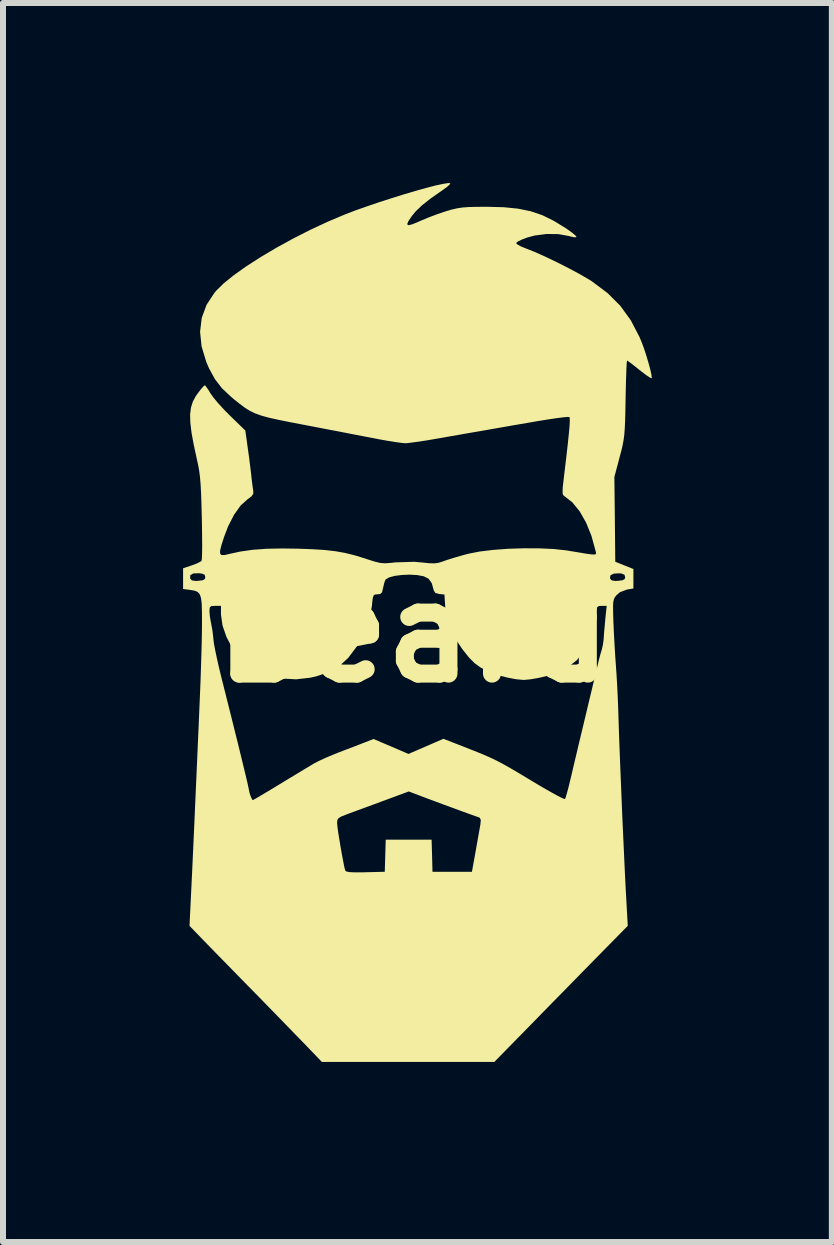
<source format=kicad_pcb>
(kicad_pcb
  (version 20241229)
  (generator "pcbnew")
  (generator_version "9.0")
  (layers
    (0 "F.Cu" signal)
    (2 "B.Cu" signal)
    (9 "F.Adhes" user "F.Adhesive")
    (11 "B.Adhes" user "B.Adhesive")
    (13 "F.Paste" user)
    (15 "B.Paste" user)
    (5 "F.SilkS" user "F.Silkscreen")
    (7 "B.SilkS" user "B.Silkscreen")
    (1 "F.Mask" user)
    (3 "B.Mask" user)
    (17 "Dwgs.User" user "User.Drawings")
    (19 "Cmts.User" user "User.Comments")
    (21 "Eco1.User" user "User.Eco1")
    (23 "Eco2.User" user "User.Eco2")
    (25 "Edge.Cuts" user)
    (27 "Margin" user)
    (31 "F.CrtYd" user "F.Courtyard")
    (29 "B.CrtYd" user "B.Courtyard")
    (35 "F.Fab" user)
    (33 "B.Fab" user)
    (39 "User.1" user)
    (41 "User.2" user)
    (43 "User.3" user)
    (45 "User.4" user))
  (footprint "Beard"
    (layer "F.Cu")
    (at 3.84 7.482)
    (property "Reference" "Beard" (at 0 0 0) (layer "F.SilkS") (effects (font (size 1.524 1.524) (thickness 0.3))))
    (attr board_only exclude_from_pos_files exclude_from_bom)
    (fp_poly (pts (xy 0.611 -7.481) (xy 0.605 -7.463) (xy 0.562 -7.422) (xy 0.489 -7.368) (xy 0.465 -7.352) (xy 0.281 -7.223) (xy 0.14 -7.111) (xy 0.034 -7.01) (xy -0.03 -6.931) (xy -0.087 -6.847) (xy -0.107 -6.797) (xy -0.087 -6.78) (xy -0.026 -6.794) (xy 0.079 -6.837) (xy 0.101 -6.847) (xy 0.234 -6.903) (xy 0.389 -6.962) (xy 0.534 -7.011) (xy 0.547 -7.015) (xy 0.643 -7.043) (xy 0.727 -7.062) (xy 0.814 -7.075) (xy 0.916 -7.083) (xy 1.047 -7.086) (xy 1.219 -7.087) (xy 1.221 -7.087) (xy 1.501 -7.08) (xy 1.74 -7.056) (xy 1.95 -7.013) (xy 2.145 -6.947) (xy 2.336 -6.853) (xy 2.536 -6.73) (xy 2.558 -6.715) (xy 2.636 -6.659) (xy 2.693 -6.612) (xy 2.716 -6.585) (xy 2.716 -6.585) (xy 2.692 -6.578) (xy 2.633 -6.588) (xy 2.588 -6.6) (xy 2.412 -6.632) (xy 2.214 -6.634) (xy 2.016 -6.608) (xy 1.894 -6.575) (xy 1.804 -6.541) (xy 1.737 -6.508) (xy 1.708 -6.484) (xy 1.727 -6.461) (xy 1.786 -6.428) (xy 1.871 -6.393) (xy 2.016 -6.336) (xy 2.192 -6.257) (xy 2.385 -6.165) (xy 2.58 -6.066) (xy 2.761 -5.969) (xy 2.915 -5.88) (xy 2.975 -5.842) (xy 3.23 -5.651) (xy 3.442 -5.44) (xy 3.617 -5.199) (xy 3.763 -4.919) (xy 3.799 -4.833) (xy 3.837 -4.732) (xy 3.875 -4.615) (xy 3.911 -4.496) (xy 3.941 -4.386) (xy 3.961 -4.297) (xy 3.968 -4.242) (xy 3.966 -4.231) (xy 3.94 -4.24) (xy 3.882 -4.278) (xy 3.803 -4.338) (xy 3.76 -4.371) (xy 3.674 -4.44) (xy 3.605 -4.493) (xy 3.563 -4.522) (xy 3.556 -4.526) (xy 3.552 -4.5) (xy 3.547 -4.426) (xy 3.543 -4.313) (xy 3.538 -4.168) (xy 3.534 -3.999) (xy 3.532 -3.888) (xy 3.528 -3.682) (xy 3.524 -3.52) (xy 3.518 -3.393) (xy 3.51 -3.289) (xy 3.498 -3.199) (xy 3.482 -3.113) (xy 3.46 -3.019) (xy 3.433 -2.918) (xy 3.345 -2.586) (xy 3.353 -1.88) (xy 3.36 -1.174) (xy 3.511 -1.113) (xy 3.662 -1.053) (xy 3.662 -0.728) (xy 3.554 -0.71) (xy 3.44 -0.668) (xy 3.381 -0.617) (xy 3.355 -0.585) (xy 3.338 -0.551) (xy 3.327 -0.506) (xy 3.323 -0.44) (xy 3.324 -0.341) (xy 3.328 -0.199) (xy 3.329 -0.168) (xy 3.337 0.012) (xy 3.348 0.214) (xy 3.36 0.41) (xy 3.37 0.549) (xy 3.38 0.694) (xy 3.391 0.876) (xy 3.401 1.078) (xy 3.409 1.282) (xy 3.413 1.413) (xy 3.42 1.623) (xy 3.429 1.878) (xy 3.44 2.167) (xy 3.453 2.48) (xy 3.466 2.806) (xy 3.48 3.136) (xy 3.495 3.46) (xy 3.509 3.766) (xy 3.522 4.044) (xy 3.534 4.285) (xy 3.54 4.387) (xy 3.568 4.892) (xy 3.148 5.319) (xy 3.023 5.446) (xy 2.869 5.603) (xy 2.693 5.783) (xy 2.505 5.975) (xy 2.312 6.171) (xy 2.124 6.363) (xy 2.037 6.453) (xy 1.345 7.159) (xy -1.528 7.159) (xy -1.851 6.823) (xy -1.961 6.71) (xy -2.1 6.567) (xy -2.258 6.404) (xy -2.427 6.231) (xy -2.596 6.057) (xy -2.727 5.924) (xy -2.883 5.765) (xy -3.039 5.605) (xy -3.188 5.453) (xy -3.321 5.317) (xy -3.431 5.204) (xy -3.506 5.127) (xy -3.733 4.892) (xy -3.705 4.318) (xy -3.693 4.071) (xy -3.679 3.771) (xy -3.663 3.419) (xy -3.652 3.177) (xy -1.274 3.177) (xy -1.274 3.186) (xy -1.268 3.244) (xy -1.255 3.341) (xy -1.235 3.463) (xy -1.213 3.597) (xy -1.189 3.729) (xy -1.167 3.845) (xy -1.149 3.932) (xy -1.138 3.971) (xy -1.118 3.987) (xy -1.066 3.997) (xy -0.974 4.001) (xy -0.836 4) (xy -0.803 3.999) (xy -0.48 3.991) (xy -0.472 3.724) (xy -0.464 3.456) (xy 0.3 3.456) (xy 0.308 3.724) (xy 0.315 3.991) (xy 0.972 3.991) (xy 1.034 3.648) (xy 1.059 3.507) (xy 1.082 3.376) (xy 1.101 3.27) (xy 1.113 3.203) (xy 1.113 3.203) (xy 1.12 3.128) (xy 1.103 3.092) (xy 1.094 3.087) (xy 1.026 3.063) (xy 0.92 3.025) (xy 0.785 2.976) (xy 0.636 2.921) (xy 0.483 2.865) (xy 0.339 2.811) (xy 0.215 2.765) (xy 0.124 2.731) (xy 0.104 2.723) (xy -0.08 2.653) (xy -0.513 2.813) (xy -0.672 2.872) (xy -0.827 2.929) (xy -0.964 2.979) (xy -1.07 3.018) (xy -1.111 3.034) (xy -1.2 3.068) (xy -1.249 3.097) (xy -1.27 3.129) (xy -1.274 3.177) (xy -3.652 3.177) (xy -3.645 3.017) (xy -3.625 2.565) (xy -3.603 2.067) (xy -3.579 1.522) (xy -3.56 1.07) (xy -3.55 0.837) (xy -3.542 0.597) (xy -3.535 0.364) (xy -3.529 0.148) (xy -3.526 -0.037) (xy -3.525 -0.17) (xy -3.526 -0.349) (xy -3.526 -0.353) (xy -3.401 -0.353) (xy -3.401 -0.35) (xy -3.394 -0.266) (xy -3.377 -0.165) (xy -3.371 -0.137) (xy -3.351 -0.029) (xy -3.337 0.09) (xy -3.334 0.123) (xy -3.326 0.19) (xy -3.305 0.3) (xy -3.275 0.443) (xy -3.237 0.61) (xy -3.193 0.79) (xy -3.174 0.864) (xy -3.108 1.127) (xy -3.043 1.386) (xy -2.981 1.635) (xy -2.923 1.868) (xy -2.871 2.081) (xy -2.826 2.266) (xy -2.789 2.42) (xy -2.762 2.535) (xy -2.747 2.607) (xy -2.743 2.629) (xy -2.734 2.673) (xy -2.715 2.731) (xy -2.693 2.78) (xy -2.679 2.798) (xy -2.653 2.784) (xy -2.588 2.747) (xy -2.491 2.689) (xy -2.37 2.617) (xy -2.232 2.533) (xy -2.084 2.443) (xy -1.941 2.357) (xy -1.816 2.281) (xy -1.719 2.223) (xy -1.666 2.191) (xy -1.584 2.148) (xy -1.468 2.094) (xy -1.337 2.039) (xy -1.255 2.006) (xy -1.12 1.954) (xy -0.986 1.903) (xy -0.872 1.859) (xy -0.821 1.839) (xy -0.667 1.779) (xy -0.376 1.903) (xy -0.085 2.028) (xy 0.497 1.776) (xy 0.831 1.906) (xy 1.003 1.974) (xy 1.145 2.031) (xy 1.266 2.084) (xy 1.378 2.137) (xy 1.493 2.197) (xy 1.62 2.269) (xy 1.771 2.358) (xy 1.957 2.47) (xy 1.973 2.48) (xy 2.126 2.571) (xy 2.264 2.65) (xy 2.379 2.714) (xy 2.464 2.758) (xy 2.514 2.779) (xy 2.523 2.779) (xy 2.536 2.745) (xy 2.558 2.669) (xy 2.587 2.559) (xy 2.619 2.426) (xy 2.632 2.373) (xy 2.666 2.226) (xy 2.71 2.042) (xy 2.759 1.834) (xy 2.811 1.618) (xy 2.861 1.409) (xy 2.87 1.371) (xy 2.915 1.182) (xy 2.959 0.998) (xy 2.999 0.831) (xy 3.033 0.691) (xy 3.057 0.589) (xy 3.063 0.562) (xy 3.089 0.454) (xy 3.115 0.358) (xy 3.134 0.295) (xy 3.152 0.22) (xy 3.166 0.123) (xy 3.168 0.089) (xy 3.175 -0.008) (xy 3.186 -0.13) (xy 3.196 -0.24) (xy 3.217 -0.439) (xy 3.134 -0.439) (xy 3.087 -0.436) (xy 3.06 -0.418) (xy 3.045 -0.372) (xy 3.032 -0.285) (xy 3.032 -0.281) (xy 2.994 -0.092) (xy 2.932 0.105) (xy 2.855 0.282) (xy 2.833 0.322) (xy 2.722 0.464) (xy 2.564 0.589) (xy 2.454 0.652) (xy 2.358 0.69) (xy 2.228 0.728) (xy 2.085 0.761) (xy 1.948 0.785) (xy 1.839 0.795) (xy 1.832 0.795) (xy 1.709 0.784) (xy 1.559 0.755) (xy 1.404 0.714) (xy 1.269 0.667) (xy 1.221 0.645) (xy 1.108 0.583) (xy 1.014 0.514) (xy 0.926 0.425) (xy 0.829 0.304) (xy 0.806 0.273) (xy 0.686 0.094) (xy 0.604 -0.068) (xy 0.553 -0.229) (xy 0.529 -0.404) (xy 0.528 -0.411) (xy 0.514 -0.628) (xy 0.428 -0.636) (xy 0.36 -0.656) (xy 0.335 -0.699) (xy 0.303 -0.817) (xy 0.249 -0.892) (xy 0.232 -0.9) (xy 3.271 -0.9) (xy 3.274 -0.893) (xy 3.301 -0.863) (xy 3.359 -0.854) (xy 3.408 -0.856) (xy 3.483 -0.866) (xy 3.518 -0.887) (xy 3.525 -0.919) (xy 3.512 -0.958) (xy 3.465 -0.977) (xy 3.429 -0.981) (xy 3.335 -0.976) (xy 3.28 -0.948) (xy 3.271 -0.9) (xy 0.232 -0.9) (xy 0.168 -0.932) (xy 0.058 -0.952) (xy -0.068 -0.959) (xy -0.198 -0.953) (xy -0.316 -0.938) (xy -0.41 -0.912) (xy -0.465 -0.879) (xy -0.469 -0.873) (xy -0.488 -0.824) (xy -0.506 -0.748) (xy -0.509 -0.734) (xy -0.525 -0.666) (xy -0.554 -0.637) (xy -0.602 -0.631) (xy -0.642 -0.628) (xy -0.666 -0.612) (xy -0.68 -0.569) (xy -0.69 -0.489) (xy -0.693 -0.446) (xy -0.73 -0.231) (xy -0.805 -0.019) (xy -0.925 0.202) (xy -0.957 0.253) (xy -1.09 0.429) (xy -1.236 0.563) (xy -1.407 0.662) (xy -1.613 0.733) (xy -1.72 0.758) (xy -1.959 0.785) (xy -2.202 0.771) (xy -2.436 0.718) (xy -2.647 0.63) (xy -2.763 0.558) (xy -2.899 0.43) (xy -3.02 0.265) (xy -3.117 0.08) (xy -3.183 -0.111) (xy -3.209 -0.292) (xy -3.209 -0.306) (xy -3.209 -0.439) (xy -3.305 -0.439) (xy -3.37 -0.435) (xy -3.396 -0.411) (xy -3.401 -0.353) (xy -3.526 -0.353) (xy -3.53 -0.481) (xy -3.542 -0.573) (xy -3.563 -0.633) (xy -3.597 -0.67) (xy -3.646 -0.691) (xy -3.714 -0.703) (xy -3.727 -0.705) (xy -3.84 -0.72) (xy -3.84 -0.896) (xy -3.722 -0.896) (xy -3.721 -0.892) (xy -3.693 -0.863) (xy -3.633 -0.854) (xy -3.587 -0.856) (xy -3.511 -0.866) (xy -3.477 -0.887) (xy -3.47 -0.919) (xy -3.481 -0.957) (xy -3.524 -0.976) (xy -3.576 -0.982) (xy -3.671 -0.979) (xy -3.72 -0.949) (xy -3.722 -0.896) (xy -3.84 -0.896) (xy -3.84 -1.065) (xy -3.696 -1.113) (xy -3.613 -1.144) (xy -3.551 -1.175) (xy -3.532 -1.19) (xy -3.527 -1.225) (xy -3.524 -1.307) (xy -3.522 -1.428) (xy -3.523 -1.581) (xy -3.525 -1.757) (xy -3.528 -1.906) (xy -3.534 -2.134) (xy -3.54 -2.315) (xy -3.548 -2.462) (xy -3.558 -2.581) (xy -3.571 -2.685) (xy -3.588 -2.78) (xy -3.607 -2.866) (xy -3.661 -3.116) (xy -3.699 -3.321) (xy -3.719 -3.489) (xy -3.723 -3.627) (xy -3.709 -3.741) (xy -3.678 -3.84) (xy -3.629 -3.932) (xy -3.598 -3.976) (xy -3.543 -4.048) (xy -3.499 -4.098) (xy -3.479 -4.114) (xy -3.457 -4.092) (xy -3.418 -4.036) (xy -3.387 -3.984) (xy -3.338 -3.914) (xy -3.259 -3.819) (xy -3.162 -3.712) (xy -3.058 -3.607) (xy -2.803 -3.36) (xy -2.761 -3.058) (xy -2.741 -2.915) (xy -2.723 -2.772) (xy -2.708 -2.649) (xy -2.702 -2.592) (xy -2.69 -2.49) (xy -2.678 -2.4) (xy -2.671 -2.357) (xy -2.671 -2.306) (xy -2.7 -2.263) (xy -2.765 -2.215) (xy -2.881 -2.111) (xy -2.99 -1.958) (xy -3.089 -1.765) (xy -3.156 -1.591) (xy -3.2 -1.454) (xy -3.223 -1.362) (xy -3.223 -1.308) (xy -3.198 -1.285) (xy -3.145 -1.286) (xy -3.073 -1.303) (xy -2.885 -1.344) (xy -2.679 -1.373) (xy -2.448 -1.39) (xy -2.18 -1.395) (xy -1.917 -1.391) (xy -1.675 -1.382) (xy -1.474 -1.369) (xy -1.301 -1.349) (xy -1.143 -1.321) (xy -0.985 -1.282) (xy -0.815 -1.23) (xy -0.755 -1.21) (xy -0.641 -1.174) (xy -0.555 -1.154) (xy -0.475 -1.148) (xy -0.378 -1.155) (xy -0.308 -1.163) (xy 0.011 -1.173) (xy 0.144 -1.161) (xy 0.264 -1.149) (xy 0.349 -1.147) (xy 0.419 -1.157) (xy 0.492 -1.18) (xy 0.506 -1.186) (xy 0.593 -1.215) (xy 0.713 -1.252) (xy 0.848 -1.29) (xy 0.917 -1.308) (xy 1.101 -1.344) (xy 1.324 -1.371) (xy 1.574 -1.39) (xy 1.835 -1.398) (xy 2.093 -1.397) (xy 2.334 -1.386) (xy 2.544 -1.363) (xy 2.581 -1.357) (xy 2.751 -1.329) (xy 2.874 -1.308) (xy 2.957 -1.297) (xy 3.008 -1.294) (xy 3.033 -1.299) (xy 3.04 -1.313) (xy 3.036 -1.337) (xy 3.03 -1.361) (xy 2.963 -1.605) (xy 2.874 -1.825) (xy 2.767 -2.013) (xy 2.646 -2.162) (xy 2.517 -2.263) (xy 2.497 -2.278) (xy 2.485 -2.301) (xy 2.482 -2.342) (xy 2.485 -2.412) (xy 2.497 -2.519) (xy 2.51 -2.633) (xy 2.543 -2.906) (xy 2.568 -3.128) (xy 2.586 -3.301) (xy 2.598 -3.431) (xy 2.602 -3.519) (xy 2.601 -3.57) (xy 2.596 -3.585) (xy 2.564 -3.586) (xy 2.486 -3.579) (xy 2.371 -3.564) (xy 2.225 -3.542) (xy 2.057 -3.515) (xy 1.967 -3.499) (xy 1.686 -3.451) (xy 1.453 -3.41) (xy 1.259 -3.376) (xy 1.099 -3.348) (xy 0.964 -3.325) (xy 0.848 -3.305) (xy 0.743 -3.286) (xy 0.643 -3.269) (xy 0.54 -3.251) (xy 0.428 -3.231) (xy 0.384 -3.224) (xy 0.23 -3.197) (xy 0.088 -3.175) (xy -0.031 -3.159) (xy -0.113 -3.149) (xy -0.137 -3.148) (xy -0.197 -3.153) (xy -0.298 -3.167) (xy -0.43 -3.188) (xy -0.581 -3.215) (xy -0.672 -3.233) (xy -0.825 -3.262) (xy -1.017 -3.299) (xy -1.237 -3.342) (xy -1.469 -3.386) (xy -1.702 -3.431) (xy -1.849 -3.459) (xy -2.083 -3.504) (xy -2.27 -3.542) (xy -2.421 -3.576) (xy -2.541 -3.61) (xy -2.641 -3.646) (xy -2.728 -3.688) (xy -2.81 -3.739) (xy -2.895 -3.803) (xy -2.993 -3.881) (xy -3.041 -3.922) (xy -3.192 -4.063) (xy -3.309 -4.215) (xy -3.407 -4.394) (xy -3.454 -4.504) (xy -3.532 -4.761) (xy -3.557 -5.005) (xy -3.529 -5.237) (xy -3.449 -5.454) (xy -3.316 -5.656) (xy -3.287 -5.69) (xy -3.162 -5.813) (xy -2.993 -5.949) (xy -2.786 -6.096) (xy -2.548 -6.249) (xy -2.287 -6.404) (xy -2.01 -6.556) (xy -1.723 -6.702) (xy -1.434 -6.837) (xy -1.15 -6.957) (xy -1.138 -6.962) (xy -0.968 -7.027) (xy -0.777 -7.094) (xy -0.575 -7.163) (xy -0.367 -7.23) (xy -0.162 -7.294) (xy 0.034 -7.352) (xy 0.213 -7.402) (xy 0.368 -7.442) (xy 0.492 -7.469) (xy 0.577 -7.482)) (stroke (width 0) (type solid)) (fill yes) (layer "F.SilkS")))
  (gr_rect
    (start -3 -3)
    (end 10.808 17.641)
    (stroke (width 0.1) (type default))
    (fill no)
    (layer "Edge.Cuts")))
</source>
